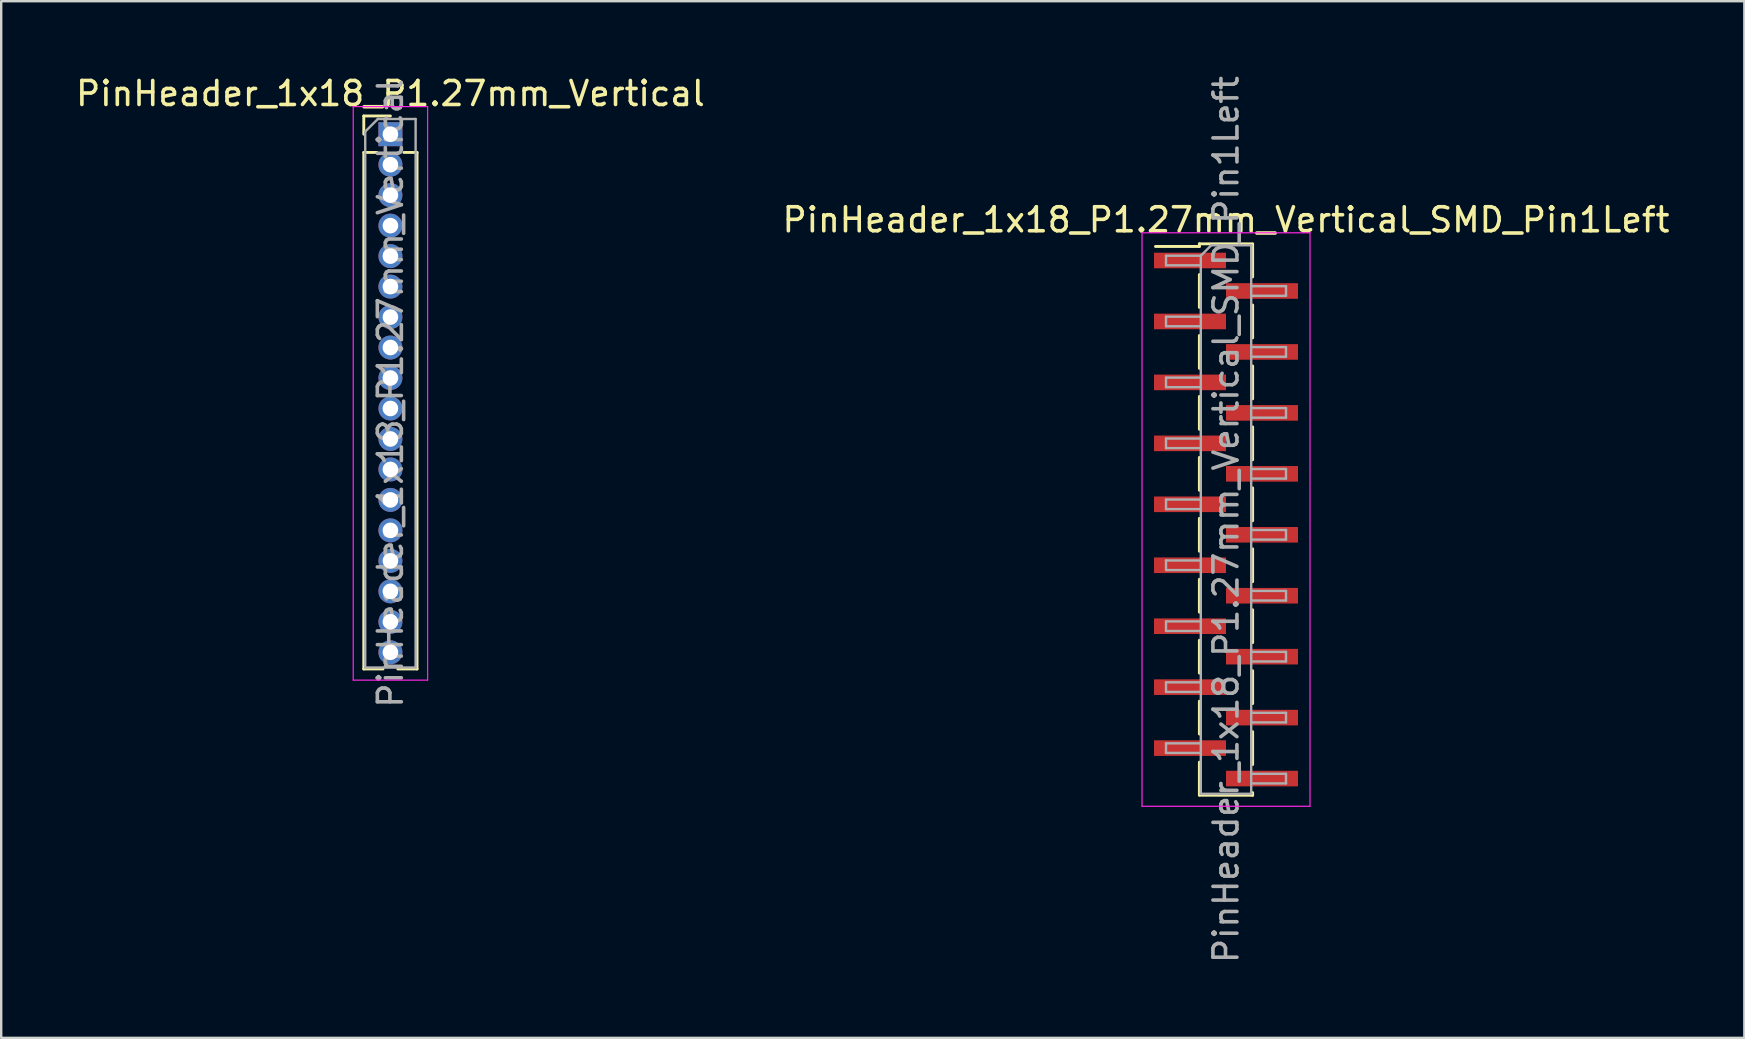
<source format=kicad_pcb>
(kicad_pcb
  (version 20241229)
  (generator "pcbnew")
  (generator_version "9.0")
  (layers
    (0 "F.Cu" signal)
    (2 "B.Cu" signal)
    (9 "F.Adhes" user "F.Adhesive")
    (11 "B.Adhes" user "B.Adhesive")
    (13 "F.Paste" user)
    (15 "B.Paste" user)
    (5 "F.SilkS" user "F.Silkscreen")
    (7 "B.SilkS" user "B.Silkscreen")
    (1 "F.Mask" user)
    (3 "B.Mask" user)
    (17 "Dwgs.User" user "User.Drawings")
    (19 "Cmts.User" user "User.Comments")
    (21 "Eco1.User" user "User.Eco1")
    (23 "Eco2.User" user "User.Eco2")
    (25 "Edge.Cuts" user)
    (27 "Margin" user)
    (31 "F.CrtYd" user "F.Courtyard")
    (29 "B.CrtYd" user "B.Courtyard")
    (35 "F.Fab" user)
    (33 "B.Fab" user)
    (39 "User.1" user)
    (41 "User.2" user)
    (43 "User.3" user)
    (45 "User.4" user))
  (footprint "PinHeader_1x18_P1.27mm_Vertical_SMD_Pin1Left"
    (layer "F.Cu")
    (at 48.042 18.601)
    (property "Reference" "PinHeader_1x18_P1.27mm_Vertical_SMD_Pin1Left" (at 0 -12.49 0) (layer "F.SilkS") (effects (font (size 1 1) (thickness 0.15))))
    (attr smd)
    (fp_line (start -1.11 -11.49) (end -1.11 -11.38) (stroke (width 0.12) (type solid)) (layer "F.SilkS"))
    (fp_line (start -1.11 -11.49) (end 1.11 -11.49) (stroke (width 0.12) (type solid)) (layer "F.SilkS"))
    (fp_line (start -1.11 -11.38) (end -2.94 -11.38) (stroke (width 0.12) (type solid)) (layer "F.SilkS"))
    (fp_line (start -1.11 -10.21) (end -1.11 -8.84) (stroke (width 0.12) (type solid)) (layer "F.SilkS"))
    (fp_line (start -1.11 -7.67) (end -1.11 -6.3) (stroke (width 0.12) (type solid)) (layer "F.SilkS"))
    (fp_line (start -1.11 -5.13) (end -1.11 -3.76) (stroke (width 0.12) (type solid)) (layer "F.SilkS"))
    (fp_line (start -1.11 -2.59) (end -1.11 -1.22) (stroke (width 0.12) (type solid)) (layer "F.SilkS"))
    (fp_line (start -1.11 -0.05) (end -1.11 1.32) (stroke (width 0.12) (type solid)) (layer "F.SilkS"))
    (fp_line (start -1.11 2.49) (end -1.11 3.86) (stroke (width 0.12) (type solid)) (layer "F.SilkS"))
    (fp_line (start -1.11 5.03) (end -1.11 6.4) (stroke (width 0.12) (type solid)) (layer "F.SilkS"))
    (fp_line (start -1.11 7.57) (end -1.11 8.94) (stroke (width 0.12) (type solid)) (layer "F.SilkS"))
    (fp_line (start -1.11 10.11) (end -1.11 11.48) (stroke (width 0.12) (type solid)) (layer "F.SilkS"))
    (fp_line (start -1.11 11.49) (end 1.11 11.49) (stroke (width 0.12) (type solid)) (layer "F.SilkS"))
    (fp_line (start 1.11 -11.48) (end 1.11 -10.11) (stroke (width 0.12) (type solid)) (layer "F.SilkS"))
    (fp_line (start 1.11 -8.94) (end 1.11 -7.57) (stroke (width 0.12) (type solid)) (layer "F.SilkS"))
    (fp_line (start 1.11 -6.4) (end 1.11 -5.03) (stroke (width 0.12) (type solid)) (layer "F.SilkS"))
    (fp_line (start 1.11 -3.86) (end 1.11 -2.49) (stroke (width 0.12) (type solid)) (layer "F.SilkS"))
    (fp_line (start 1.11 -1.32) (end 1.11 0.05) (stroke (width 0.12) (type solid)) (layer "F.SilkS"))
    (fp_line (start 1.11 1.22) (end 1.11 2.59) (stroke (width 0.12) (type solid)) (layer "F.SilkS"))
    (fp_line (start 1.11 3.76) (end 1.11 5.13) (stroke (width 0.12) (type solid)) (layer "F.SilkS"))
    (fp_line (start 1.11 6.3) (end 1.11 7.67) (stroke (width 0.12) (type solid)) (layer "F.SilkS"))
    (fp_line (start 1.11 8.84) (end 1.11 10.21) (stroke (width 0.12) (type solid)) (layer "F.SilkS"))
    (fp_line (start 1.11 11.38) (end 1.11 11.49) (stroke (width 0.12) (type solid)) (layer "F.SilkS"))
    (fp_line (start -3.5 -11.95) (end -3.5 11.95) (stroke (width 0.05) (type solid)) (layer "F.CrtYd"))
    (fp_line (start -3.5 11.95) (end 3.5 11.95) (stroke (width 0.05) (type solid)) (layer "F.CrtYd"))
    (fp_line (start 3.5 -11.95) (end -3.5 -11.95) (stroke (width 0.05) (type solid)) (layer "F.CrtYd"))
    (fp_line (start 3.5 11.95) (end 3.5 -11.95) (stroke (width 0.05) (type solid)) (layer "F.CrtYd"))
    (fp_line (start -2.5 -10.995) (end -2.5 -10.595) (stroke (width 0.1) (type solid)) (layer "F.Fab"))
    (fp_line (start -2.5 -10.595) (end -1.05 -10.595) (stroke (width 0.1) (type solid)) (layer "F.Fab"))
    (fp_line (start -2.5 -8.455) (end -2.5 -8.055) (stroke (width 0.1) (type solid)) (layer "F.Fab"))
    (fp_line (start -2.5 -8.055) (end -1.05 -8.055) (stroke (width 0.1) (type solid)) (layer "F.Fab"))
    (fp_line (start -2.5 -5.915) (end -2.5 -5.515) (stroke (width 0.1) (type solid)) (layer "F.Fab"))
    (fp_line (start -2.5 -5.515) (end -1.05 -5.515) (stroke (width 0.1) (type solid)) (layer "F.Fab"))
    (fp_line (start -2.5 -3.375) (end -2.5 -2.975) (stroke (width 0.1) (type solid)) (layer "F.Fab"))
    (fp_line (start -2.5 -2.975) (end -1.05 -2.975) (stroke (width 0.1) (type solid)) (layer "F.Fab"))
    (fp_line (start -2.5 -0.835) (end -2.5 -0.435) (stroke (width 0.1) (type solid)) (layer "F.Fab"))
    (fp_line (start -2.5 -0.435) (end -1.05 -0.435) (stroke (width 0.1) (type solid)) (layer "F.Fab"))
    (fp_line (start -2.5 1.705) (end -2.5 2.105) (stroke (width 0.1) (type solid)) (layer "F.Fab"))
    (fp_line (start -2.5 2.105) (end -1.05 2.105) (stroke (width 0.1) (type solid)) (layer "F.Fab"))
    (fp_line (start -2.5 4.245) (end -2.5 4.645) (stroke (width 0.1) (type solid)) (layer "F.Fab"))
    (fp_line (start -2.5 4.645) (end -1.05 4.645) (stroke (width 0.1) (type solid)) (layer "F.Fab"))
    (fp_line (start -2.5 6.785) (end -2.5 7.185) (stroke (width 0.1) (type solid)) (layer "F.Fab"))
    (fp_line (start -2.5 7.185) (end -1.05 7.185) (stroke (width 0.1) (type solid)) (layer "F.Fab"))
    (fp_line (start -2.5 9.325) (end -2.5 9.725) (stroke (width 0.1) (type solid)) (layer "F.Fab"))
    (fp_line (start -2.5 9.725) (end -1.05 9.725) (stroke (width 0.1) (type solid)) (layer "F.Fab"))
    (fp_line (start -1.05 -10.995) (end -2.5 -10.995) (stroke (width 0.1) (type solid)) (layer "F.Fab"))
    (fp_line (start -1.05 -10.995) (end -0.615 -11.43) (stroke (width 0.1) (type solid)) (layer "F.Fab"))
    (fp_line (start -1.05 -8.455) (end -2.5 -8.455) (stroke (width 0.1) (type solid)) (layer "F.Fab"))
    (fp_line (start -1.05 -5.915) (end -2.5 -5.915) (stroke (width 0.1) (type solid)) (layer "F.Fab"))
    (fp_line (start -1.05 -3.375) (end -2.5 -3.375) (stroke (width 0.1) (type solid)) (layer "F.Fab"))
    (fp_line (start -1.05 -0.835) (end -2.5 -0.835) (stroke (width 0.1) (type solid)) (layer "F.Fab"))
    (fp_line (start -1.05 1.705) (end -2.5 1.705) (stroke (width 0.1) (type solid)) (layer "F.Fab"))
    (fp_line (start -1.05 4.245) (end -2.5 4.245) (stroke (width 0.1) (type solid)) (layer "F.Fab"))
    (fp_line (start -1.05 6.785) (end -2.5 6.785) (stroke (width 0.1) (type solid)) (layer "F.Fab"))
    (fp_line (start -1.05 9.325) (end -2.5 9.325) (stroke (width 0.1) (type solid)) (layer "F.Fab"))
    (fp_line (start -1.05 11.43) (end -1.05 -10.995) (stroke (width 0.1) (type solid)) (layer "F.Fab"))
    (fp_line (start -0.615 -11.43) (end 1.05 -11.43) (stroke (width 0.1) (type solid)) (layer "F.Fab"))
    (fp_line (start 1.05 -11.43) (end 1.05 11.43) (stroke (width 0.1) (type solid)) (layer "F.Fab"))
    (fp_line (start 1.05 -9.725) (end 2.5 -9.725) (stroke (width 0.1) (type solid)) (layer "F.Fab"))
    (fp_line (start 1.05 -7.185) (end 2.5 -7.185) (stroke (width 0.1) (type solid)) (layer "F.Fab"))
    (fp_line (start 1.05 -4.645) (end 2.5 -4.645) (stroke (width 0.1) (type solid)) (layer "F.Fab"))
    (fp_line (start 1.05 -2.105) (end 2.5 -2.105) (stroke (width 0.1) (type solid)) (layer "F.Fab"))
    (fp_line (start 1.05 0.435) (end 2.5 0.435) (stroke (width 0.1) (type solid)) (layer "F.Fab"))
    (fp_line (start 1.05 2.975) (end 2.5 2.975) (stroke (width 0.1) (type solid)) (layer "F.Fab"))
    (fp_line (start 1.05 5.515) (end 2.5 5.515) (stroke (width 0.1) (type solid)) (layer "F.Fab"))
    (fp_line (start 1.05 8.055) (end 2.5 8.055) (stroke (width 0.1) (type solid)) (layer "F.Fab"))
    (fp_line (start 1.05 10.595) (end 2.5 10.595) (stroke (width 0.1) (type solid)) (layer "F.Fab"))
    (fp_line (start 1.05 11.43) (end -1.05 11.43) (stroke (width 0.1) (type solid)) (layer "F.Fab"))
    (fp_line (start 2.5 -9.725) (end 2.5 -9.325) (stroke (width 0.1) (type solid)) (layer "F.Fab"))
    (fp_line (start 2.5 -9.325) (end 1.05 -9.325) (stroke (width 0.1) (type solid)) (layer "F.Fab"))
    (fp_line (start 2.5 -7.185) (end 2.5 -6.785) (stroke (width 0.1) (type solid)) (layer "F.Fab"))
    (fp_line (start 2.5 -6.785) (end 1.05 -6.785) (stroke (width 0.1) (type solid)) (layer "F.Fab"))
    (fp_line (start 2.5 -4.645) (end 2.5 -4.245) (stroke (width 0.1) (type solid)) (layer "F.Fab"))
    (fp_line (start 2.5 -4.245) (end 1.05 -4.245) (stroke (width 0.1) (type solid)) (layer "F.Fab"))
    (fp_line (start 2.5 -2.105) (end 2.5 -1.705) (stroke (width 0.1) (type solid)) (layer "F.Fab"))
    (fp_line (start 2.5 -1.705) (end 1.05 -1.705) (stroke (width 0.1) (type solid)) (layer "F.Fab"))
    (fp_line (start 2.5 0.435) (end 2.5 0.835) (stroke (width 0.1) (type solid)) (layer "F.Fab"))
    (fp_line (start 2.5 0.835) (end 1.05 0.835) (stroke (width 0.1) (type solid)) (layer "F.Fab"))
    (fp_line (start 2.5 2.975) (end 2.5 3.375) (stroke (width 0.1) (type solid)) (layer "F.Fab"))
    (fp_line (start 2.5 3.375) (end 1.05 3.375) (stroke (width 0.1) (type solid)) (layer "F.Fab"))
    (fp_line (start 2.5 5.515) (end 2.5 5.915) (stroke (width 0.1) (type solid)) (layer "F.Fab"))
    (fp_line (start 2.5 5.915) (end 1.05 5.915) (stroke (width 0.1) (type solid)) (layer "F.Fab"))
    (fp_line (start 2.5 8.055) (end 2.5 8.455) (stroke (width 0.1) (type solid)) (layer "F.Fab"))
    (fp_line (start 2.5 8.455) (end 1.05 8.455) (stroke (width 0.1) (type solid)) (layer "F.Fab"))
    (fp_line (start 2.5 10.595) (end 2.5 10.995) (stroke (width 0.1) (type solid)) (layer "F.Fab"))
    (fp_line (start 2.5 10.995) (end 1.05 10.995) (stroke (width 0.1) (type solid)) (layer "F.Fab"))
    (fp_text user "${REFERENCE}" (at 0 0 90) (layer "F.Fab") (effects (font (size 1 1) (thickness 0.15))))
    (pad "1" smd rect (at -1.5 -10.795) (size 3 0.65) (layers "F.Cu" "F.Mask" "F.Paste"))
    (pad "2" smd rect (at 1.5 -9.525) (size 3 0.65) (layers "F.Cu" "F.Mask" "F.Paste"))
    (pad "3" smd rect (at -1.5 -8.255) (size 3 0.65) (layers "F.Cu" "F.Mask" "F.Paste"))
    (pad "4" smd rect (at 1.5 -6.985) (size 3 0.65) (layers "F.Cu" "F.Mask" "F.Paste"))
    (pad "5" smd rect (at -1.5 -5.715) (size 3 0.65) (layers "F.Cu" "F.Mask" "F.Paste"))
    (pad "6" smd rect (at 1.5 -4.445) (size 3 0.65) (layers "F.Cu" "F.Mask" "F.Paste"))
    (pad "7" smd rect (at -1.5 -3.175) (size 3 0.65) (layers "F.Cu" "F.Mask" "F.Paste"))
    (pad "8" smd rect (at 1.5 -1.905) (size 3 0.65) (layers "F.Cu" "F.Mask" "F.Paste"))
    (pad "9" smd rect (at -1.5 -0.635) (size 3 0.65) (layers "F.Cu" "F.Mask" "F.Paste"))
    (pad "10" smd rect (at 1.5 0.635) (size 3 0.65) (layers "F.Cu" "F.Mask" "F.Paste"))
    (pad "11" smd rect (at -1.5 1.905) (size 3 0.65) (layers "F.Cu" "F.Mask" "F.Paste"))
    (pad "12" smd rect (at 1.5 3.175) (size 3 0.65) (layers "F.Cu" "F.Mask" "F.Paste"))
    (pad "13" smd rect (at -1.5 4.445) (size 3 0.65) (layers "F.Cu" "F.Mask" "F.Paste"))
    (pad "14" smd rect (at 1.5 5.715) (size 3 0.65) (layers "F.Cu" "F.Mask" "F.Paste"))
    (pad "15" smd rect (at -1.5 6.985) (size 3 0.65) (layers "F.Cu" "F.Mask" "F.Paste"))
    (pad "16" smd rect (at 1.5 8.255) (size 3 0.65) (layers "F.Cu" "F.Mask" "F.Paste"))
    (pad "17" smd rect (at -1.5 9.525) (size 3 0.65) (layers "F.Cu" "F.Mask" "F.Paste"))
    (pad "18" smd rect (at 1.5 10.795) (size 3 0.65) (layers "F.Cu" "F.Mask" "F.Paste")))
  (footprint "PinHeader_1x18_P1.27mm_Vertical"
    (layer "F.Cu")
    (at 13.22 2.543)
    (property "Reference" "PinHeader_1x18_P1.27mm_Vertical" (at 0 -1.695 0) (layer "F.SilkS") (effects (font (size 1 1) (thickness 0.15))))
    (attr through_hole)
    (fp_line (start -1.11 -0.76) (end 0 -0.76) (stroke (width 0.12) (type solid)) (layer "F.SilkS"))
    (fp_line (start -1.11 0) (end -1.11 -0.76) (stroke (width 0.12) (type solid)) (layer "F.SilkS"))
    (fp_line (start -1.11 0.76) (end -1.11 22.285) (stroke (width 0.12) (type solid)) (layer "F.SilkS"))
    (fp_line (start -1.11 0.76) (end -0.563 0.76) (stroke (width 0.12) (type solid)) (layer "F.SilkS"))
    (fp_line (start -1.11 22.285) (end -0.308 22.285) (stroke (width 0.12) (type solid)) (layer "F.SilkS"))
    (fp_line (start 0.308 22.285) (end 1.11 22.285) (stroke (width 0.12) (type solid)) (layer "F.SilkS"))
    (fp_line (start 0.563 0.76) (end 1.11 0.76) (stroke (width 0.12) (type solid)) (layer "F.SilkS"))
    (fp_line (start 1.11 0.76) (end 1.11 22.285) (stroke (width 0.12) (type solid)) (layer "F.SilkS"))
    (fp_line (start -1.55 -1.15) (end -1.55 22.75) (stroke (width 0.05) (type solid)) (layer "F.CrtYd"))
    (fp_line (start -1.55 22.75) (end 1.55 22.75) (stroke (width 0.05) (type solid)) (layer "F.CrtYd"))
    (fp_line (start 1.55 -1.15) (end -1.55 -1.15) (stroke (width 0.05) (type solid)) (layer "F.CrtYd"))
    (fp_line (start 1.55 22.75) (end 1.55 -1.15) (stroke (width 0.05) (type solid)) (layer "F.CrtYd"))
    (fp_line (start -1.05 -0.11) (end -0.525 -0.635) (stroke (width 0.1) (type solid)) (layer "F.Fab"))
    (fp_line (start -1.05 22.225) (end -1.05 -0.11) (stroke (width 0.1) (type solid)) (layer "F.Fab"))
    (fp_line (start -0.525 -0.635) (end 1.05 -0.635) (stroke (width 0.1) (type solid)) (layer "F.Fab"))
    (fp_line (start 1.05 -0.635) (end 1.05 22.225) (stroke (width 0.1) (type solid)) (layer "F.Fab"))
    (fp_line (start 1.05 22.225) (end -1.05 22.225) (stroke (width 0.1) (type solid)) (layer "F.Fab"))
    (fp_text user "${REFERENCE}" (at 0 10.795 90) (layer "F.Fab") (effects (font (size 1 1) (thickness 0.15))))
    (pad "1" thru_hole rect (at 0 0) (size 1 1) (drill 0.65) (layers "*.Cu" "*.Mask"))
    (pad "2" thru_hole oval (at 0 1.27) (size 1 1) (drill 0.65) (layers "*.Cu" "*.Mask"))
    (pad "3" thru_hole oval (at 0 2.54) (size 1 1) (drill 0.65) (layers "*.Cu" "*.Mask"))
    (pad "4" thru_hole oval (at 0 3.81) (size 1 1) (drill 0.65) (layers "*.Cu" "*.Mask"))
    (pad "5" thru_hole oval (at 0 5.08) (size 1 1) (drill 0.65) (layers "*.Cu" "*.Mask"))
    (pad "6" thru_hole oval (at 0 6.35) (size 1 1) (drill 0.65) (layers "*.Cu" "*.Mask"))
    (pad "7" thru_hole oval (at 0 7.62) (size 1 1) (drill 0.65) (layers "*.Cu" "*.Mask"))
    (pad "8" thru_hole oval (at 0 8.89) (size 1 1) (drill 0.65) (layers "*.Cu" "*.Mask"))
    (pad "9" thru_hole oval (at 0 10.16) (size 1 1) (drill 0.65) (layers "*.Cu" "*.Mask"))
    (pad "10" thru_hole oval (at 0 11.43) (size 1 1) (drill 0.65) (layers "*.Cu" "*.Mask"))
    (pad "11" thru_hole oval (at 0 12.7) (size 1 1) (drill 0.65) (layers "*.Cu" "*.Mask"))
    (pad "12" thru_hole oval (at 0 13.97) (size 1 1) (drill 0.65) (layers "*.Cu" "*.Mask"))
    (pad "13" thru_hole oval (at 0 15.24) (size 1 1) (drill 0.65) (layers "*.Cu" "*.Mask"))
    (pad "14" thru_hole oval (at 0 16.51) (size 1 1) (drill 0.65) (layers "*.Cu" "*.Mask"))
    (pad "15" thru_hole oval (at 0 17.78) (size 1 1) (drill 0.65) (layers "*.Cu" "*.Mask"))
    (pad "16" thru_hole oval (at 0 19.05) (size 1 1) (drill 0.65) (layers "*.Cu" "*.Mask"))
    (pad "17" thru_hole oval (at 0 20.32) (size 1 1) (drill 0.65) (layers "*.Cu" "*.Mask"))
    (pad "18" thru_hole oval (at 0 21.59) (size 1 1) (drill 0.65) (layers "*.Cu" "*.Mask")))
  (gr_rect
    (start -3 -3)
    (end 69.643 40.202)
    (stroke (width 0.1) (type default))
    (fill no)
    (layer "Edge.Cuts")))
</source>
